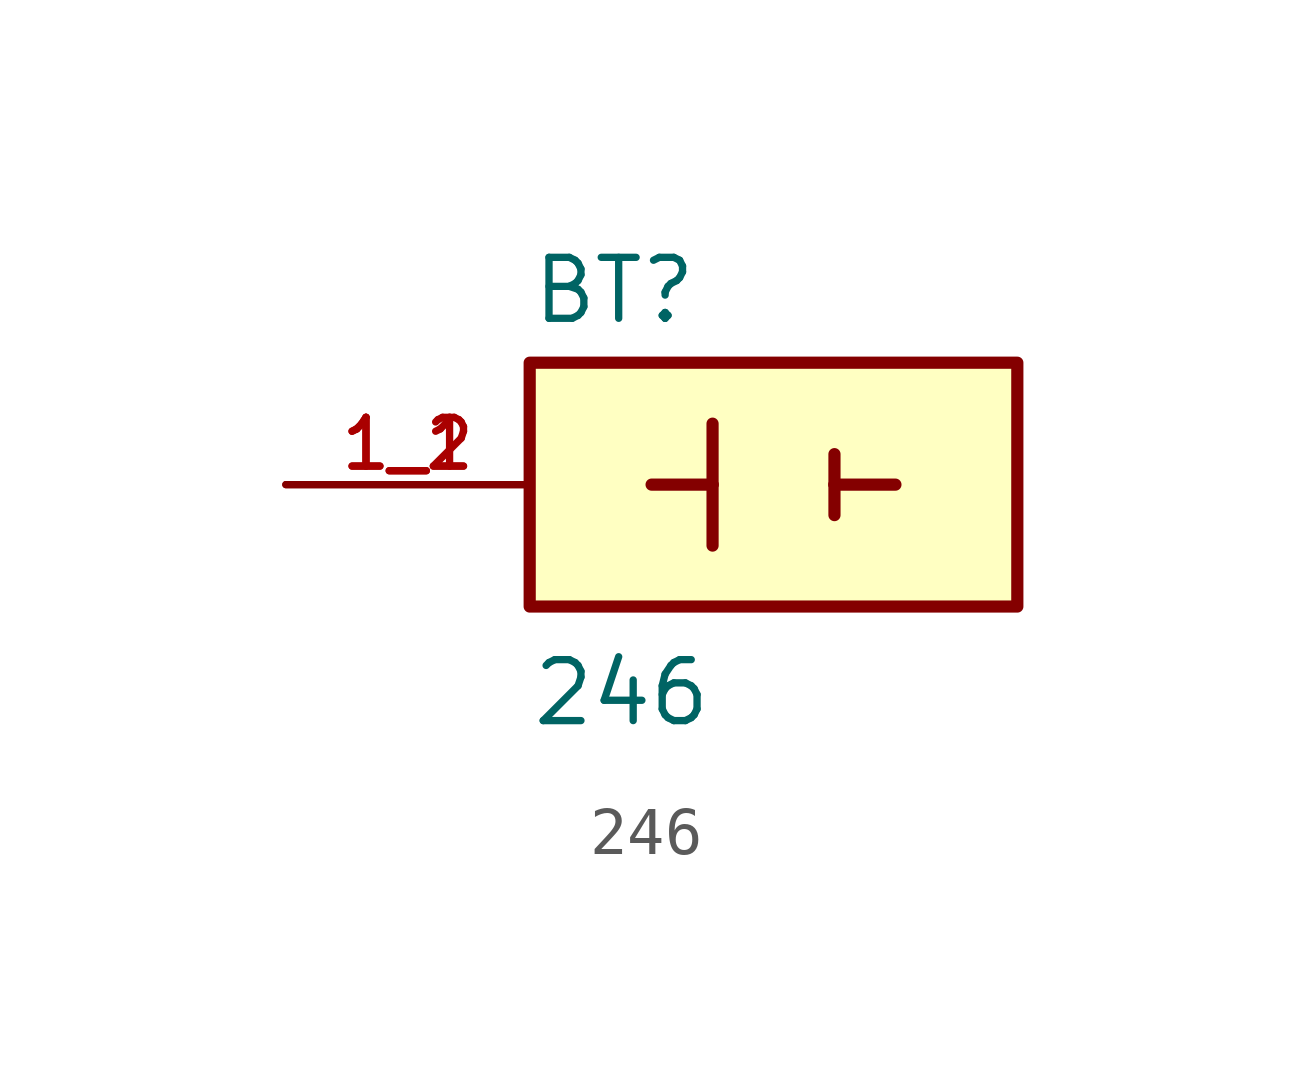
<source format=kicad_sym>
(kicad_symbol_lib
  (version 20211014)
  (generator kicad_symbol_editor)
  (symbol "246"
    (pin_names
      (offset 1.016))
    (property "Reference" "BT"
      (at -5.08 3.302 0)
      (effects (font (size 1.27 1.27)) (justify bottom left)))
    (property "Value" "246"
      (at -5.08 -5.08 0)
      (effects (font (size 1.27 1.27)) (justify bottom left)))
    (symbol "246_0_0"
      (polyline (pts (xy -1.27 1.27) (xy -1.27 0.0)) (stroke (width 0.254)))
      (polyline (pts (xy -1.27 0.0) (xy -1.27 -1.27)) (stroke (width 0.254)))
      (polyline (pts (xy 1.27 0.635) (xy 1.27 0.0)) (stroke (width 0.254)))
      (polyline (pts (xy 1.27 0.0) (xy 1.27 -0.635)) (stroke (width 0.254)))
      (polyline (pts (xy -1.27 0.0) (xy -2.54 0.0)) (stroke (width 0.254)))
      (polyline (pts (xy 1.27 0.0) (xy 2.54 0.0)) (stroke (width 0.254)))
      (rectangle (start -5.08 -2.54) (end 5.08 2.54) (stroke (width 0.254)) (fill (type background)))
      (pin passive line (at -10.16 0.0 0) (length 5.08) (name "~" (effects (font (size 1.016 1.016)))) (number "1_1" (effects (font (size 1.016 1.016)))))
      (pin passive line (at -10.16 0.0 0) (length 5.08) (name "~" (effects (font (size 1.016 1.016)))) (number "1_2" (effects (font (size 1.016 1.016))))))))
</source>
